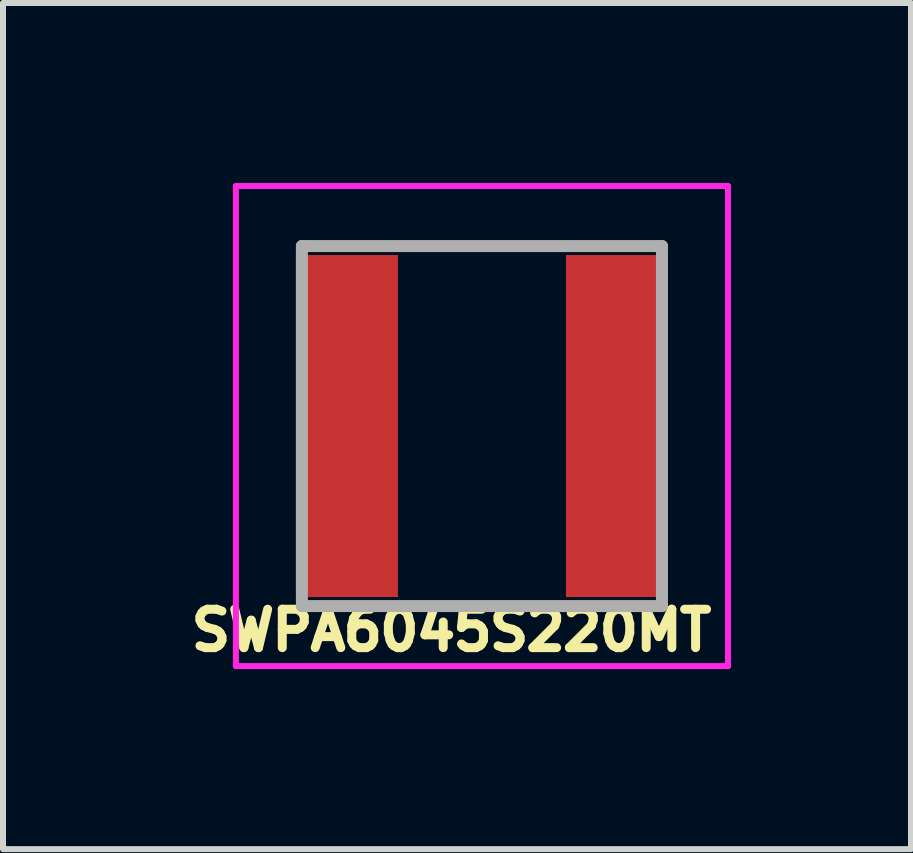
<source format=kicad_pcb>
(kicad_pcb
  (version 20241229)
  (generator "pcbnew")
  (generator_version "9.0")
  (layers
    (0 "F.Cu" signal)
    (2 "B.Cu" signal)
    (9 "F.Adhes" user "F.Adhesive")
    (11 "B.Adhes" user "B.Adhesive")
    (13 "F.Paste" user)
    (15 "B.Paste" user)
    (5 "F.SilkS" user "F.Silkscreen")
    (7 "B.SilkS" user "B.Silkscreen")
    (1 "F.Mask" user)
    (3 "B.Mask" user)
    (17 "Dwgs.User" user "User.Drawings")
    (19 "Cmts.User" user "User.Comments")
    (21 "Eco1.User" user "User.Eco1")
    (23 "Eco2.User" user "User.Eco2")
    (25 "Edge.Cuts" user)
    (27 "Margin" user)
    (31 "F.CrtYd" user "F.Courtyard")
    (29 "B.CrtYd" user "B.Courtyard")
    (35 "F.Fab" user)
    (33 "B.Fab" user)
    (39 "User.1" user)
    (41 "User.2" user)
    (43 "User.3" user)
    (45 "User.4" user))
  (footprint "SWPA6045S220MT"
    (layer "F.Cu")
    (at 4.981 4.05)
    (property "Reference" "SWPA6045S220MT" (at -0.508 3.404 0) (layer "F.SilkS") (effects (font (size 0.64 0.64) (thickness 0.15))))
    (attr smd)
    (fp_line (start -1.2 3) (end 1 3) (stroke (width 0.1) (type solid)) (layer "F.SilkS"))
    (fp_line (start -0.8 -3) (end 1.2 -3) (stroke (width 0.1) (type solid)) (layer "F.SilkS"))
    (fp_line (start -4.1 -4) (end 4.1 -4) (stroke (width 0.1) (type solid)) (layer "F.CrtYd"))
    (fp_line (start -4.1 4) (end -4.1 -4) (stroke (width 0.1) (type solid)) (layer "F.CrtYd"))
    (fp_line (start 4.1 -4) (end 4.1 4) (stroke (width 0.1) (type solid)) (layer "F.CrtYd"))
    (fp_line (start 4.1 4) (end -4.1 4) (stroke (width 0.1) (type solid)) (layer "F.CrtYd"))
    (fp_line (start -3 -3) (end 3 -3) (stroke (width 0.2) (type solid)) (layer "F.Fab"))
    (fp_line (start -3 3) (end -3 -3) (stroke (width 0.2) (type solid)) (layer "F.Fab"))
    (fp_line (start 3 -3) (end 3 3) (stroke (width 0.2) (type solid)) (layer "F.Fab"))
    (fp_line (start 3 3) (end -3 3) (stroke (width 0.2) (type solid)) (layer "F.Fab"))
    (pad "1" smd rect (at -2.25 0) (size 1.7 5.7) (layers "F.Cu" "F.Mask" "F.Paste"))
    (pad "2" smd rect (at 2.25 0) (size 1.7 5.7) (layers "F.Cu" "F.Mask" "F.Paste")))
  (gr_rect
    (start -3 -3)
    (end 12.131 11.1)
    (stroke (width 0.1) (type default))
    (fill no)
    (layer "Edge.Cuts")))
</source>
